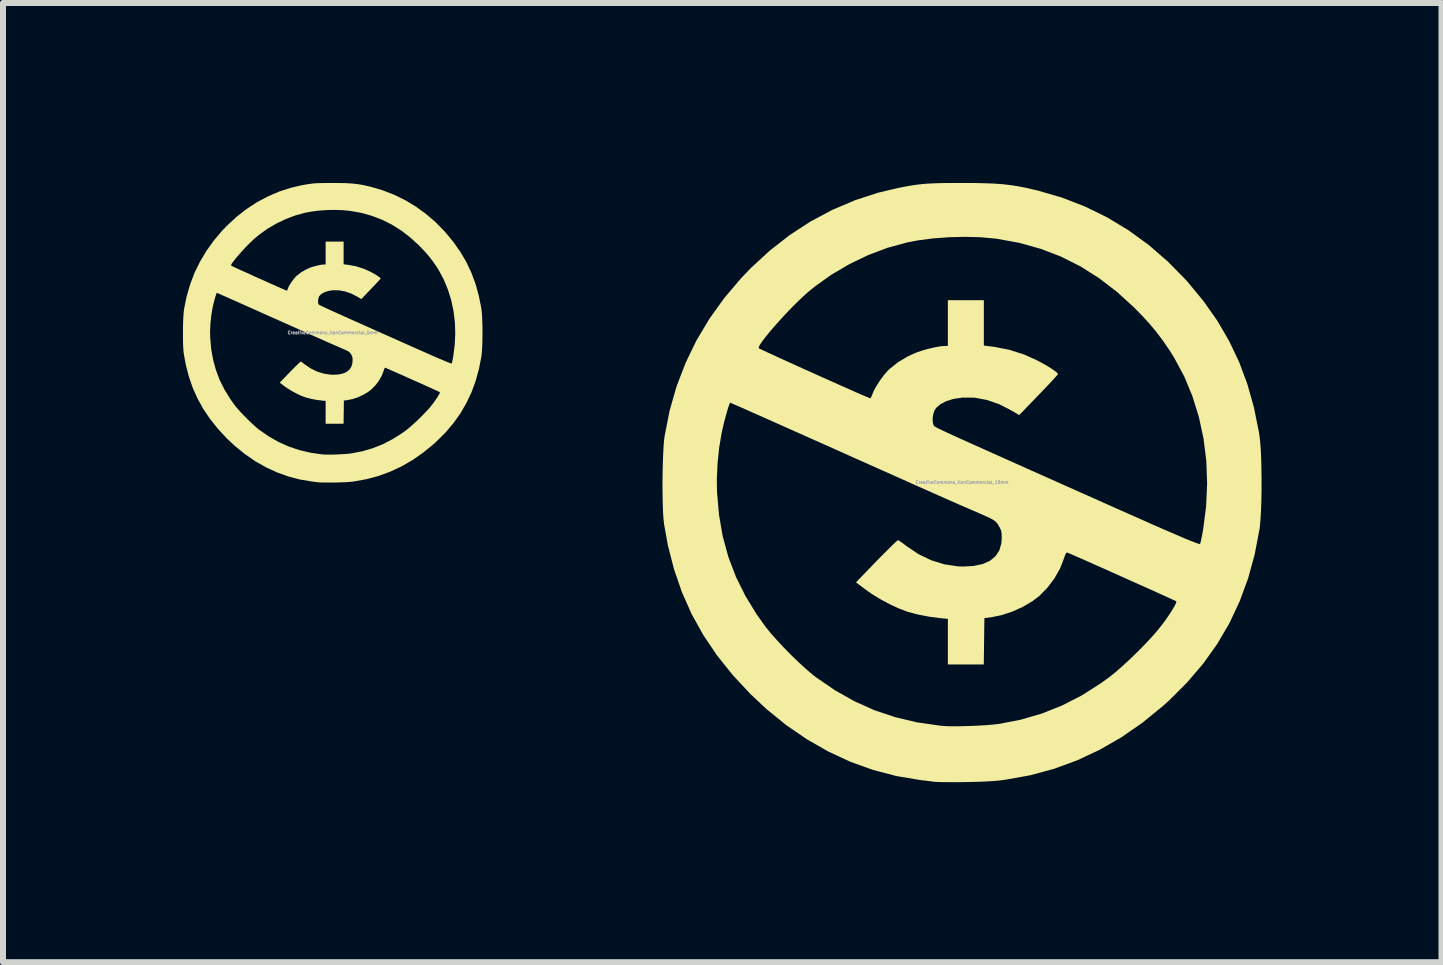
<source format=kicad_pcb>
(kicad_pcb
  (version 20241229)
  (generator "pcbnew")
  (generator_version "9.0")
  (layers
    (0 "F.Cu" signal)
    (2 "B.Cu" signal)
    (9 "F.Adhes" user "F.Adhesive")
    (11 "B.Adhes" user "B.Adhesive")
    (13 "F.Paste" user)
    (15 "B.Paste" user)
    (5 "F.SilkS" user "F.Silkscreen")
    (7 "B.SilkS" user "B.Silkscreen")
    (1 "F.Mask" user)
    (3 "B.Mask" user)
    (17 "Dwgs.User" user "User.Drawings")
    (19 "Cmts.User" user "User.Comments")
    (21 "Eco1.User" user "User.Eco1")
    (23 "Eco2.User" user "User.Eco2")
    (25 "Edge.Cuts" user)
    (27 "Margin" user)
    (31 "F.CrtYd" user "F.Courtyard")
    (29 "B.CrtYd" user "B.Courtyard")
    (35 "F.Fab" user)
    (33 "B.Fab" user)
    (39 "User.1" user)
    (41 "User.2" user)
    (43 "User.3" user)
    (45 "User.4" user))
  (footprint "CreativeCommons_NonCommercial_5mm"
    (layer "F.Cu")
    (at 2.496 2.495)
    (property "Reference" "CreativeCommons_NonCommercial_5mm" (at 0 0 0) (layer "F.Fab") (effects (font (size 0.05 0.05) (thickness 0.013))))
    (attr board_only exclude_from_pos_files exclude_from_bom)
    (fp_poly (pts (xy 0.111 -2.494) (xy 0.198 -2.493) (xy 0.274 -2.489) (xy 0.342 -2.484) (xy 0.405 -2.477) (xy 0.467 -2.468) (xy 0.531 -2.455) (xy 0.601 -2.439) (xy 0.635 -2.431) (xy 0.833 -2.373) (xy 1.026 -2.298) (xy 1.211 -2.207) (xy 1.388 -2.1) (xy 1.556 -1.978) (xy 1.716 -1.84) (xy 1.865 -1.688) (xy 1.881 -1.67) (xy 2.013 -1.51) (xy 2.128 -1.346) (xy 2.227 -1.178) (xy 2.31 -1.002) (xy 2.379 -0.818) (xy 2.433 -0.624) (xy 2.475 -0.419) (xy 2.479 -0.391) (xy 2.485 -0.34) (xy 2.49 -0.275) (xy 2.493 -0.198) (xy 2.496 -0.113) (xy 2.497 -0.024) (xy 2.496 0.066) (xy 2.495 0.153) (xy 2.492 0.234) (xy 2.488 0.306) (xy 2.483 0.365) (xy 2.48 0.389) (xy 2.439 0.6) (xy 2.384 0.801) (xy 2.315 0.991) (xy 2.229 1.172) (xy 2.129 1.345) (xy 2.012 1.509) (xy 1.879 1.666) (xy 1.729 1.815) (xy 1.675 1.864) (xy 1.504 2.003) (xy 1.328 2.125) (xy 1.147 2.23) (xy 0.96 2.317) (xy 0.767 2.388) (xy 0.567 2.442) (xy 0.36 2.479) (xy 0.304 2.486) (xy 0.265 2.49) (xy 0.214 2.493) (xy 0.153 2.495) (xy 0.086 2.497) (xy 0.017 2.499) (xy -0.05 2.499) (xy -0.114 2.499) (xy -0.17 2.498) (xy -0.214 2.497) (xy -0.244 2.494) (xy -0.245 2.494) (xy -0.265 2.492) (xy -0.296 2.488) (xy -0.334 2.483) (xy -0.35 2.481) (xy -0.547 2.448) (xy -0.741 2.397) (xy -0.929 2.329) (xy -1.113 2.244) (xy -1.292 2.143) (xy -1.464 2.024) (xy -1.629 1.89) (xy -1.764 1.764) (xy -1.912 1.605) (xy -2.042 1.442) (xy -2.156 1.274) (xy -2.253 1.099) (xy -2.334 0.917) (xy -2.4 0.726) (xy -2.451 0.525) (xy -2.483 0.35) (xy -2.488 0.304) (xy -2.492 0.244) (xy -2.495 0.172) (xy -2.496 0.092) (xy -2.496 0.008) (xy -2.496 -0.028) (xy -2.044 -0.028) (xy -2.042 0.08) (xy -2.026 0.27) (xy -1.994 0.45) (xy -1.947 0.622) (xy -1.885 0.787) (xy -1.805 0.948) (xy -1.708 1.105) (xy -1.637 1.205) (xy -1.596 1.256) (xy -1.544 1.315) (xy -1.484 1.378) (xy -1.421 1.442) (xy -1.358 1.503) (xy -1.297 1.559) (xy -1.242 1.606) (xy -1.217 1.625) (xy -1.059 1.734) (xy -0.897 1.825) (xy -0.731 1.899) (xy -0.558 1.957) (xy -0.377 2) (xy -0.187 2.028) (xy -0.155 2.031) (xy -0.114 2.033) (xy -0.061 2.033) (xy 0.003 2.033) (xy 0.071 2.03) (xy 0.14 2.027) (xy 0.206 2.023) (xy 0.264 2.019) (xy 0.309 2.013) (xy 0.309 2.013) (xy 0.491 1.978) (xy 0.666 1.927) (xy 0.835 1.86) (xy 0.999 1.775) (xy 1.159 1.674) (xy 1.225 1.626) (xy 1.278 1.583) (xy 1.338 1.53) (xy 1.403 1.471) (xy 1.469 1.407) (xy 1.531 1.344) (xy 1.587 1.284) (xy 1.633 1.231) (xy 1.635 1.227) (xy 1.672 1.181) (xy 1.706 1.134) (xy 1.735 1.091) (xy 1.76 1.052) (xy 1.777 1.021) (xy 1.786 1) (xy 1.785 0.991) (xy 1.776 0.987) (xy 1.752 0.976) (xy 1.716 0.959) (xy 1.668 0.937) (xy 1.611 0.912) (xy 1.547 0.883) (xy 1.477 0.851) (xy 1.403 0.818) (xy 1.328 0.785) (xy 1.252 0.751) (xy 1.179 0.718) (xy 1.109 0.687) (xy 1.045 0.659) (xy 0.988 0.634) (xy 0.941 0.613) (xy 0.905 0.597) (xy 0.882 0.587) (xy 0.876 0.585) (xy 0.867 0.59) (xy 0.857 0.611) (xy 0.85 0.633) (xy 0.818 0.717) (xy 0.771 0.8) (xy 0.712 0.878) (xy 0.645 0.946) (xy 0.59 0.989) (xy 0.508 1.037) (xy 0.419 1.078) (xy 0.328 1.108) (xy 0.242 1.125) (xy 0.241 1.125) (xy 0.186 1.132) (xy 0.184 1.325) (xy 0.181 1.518) (xy -0.118 1.518) (xy -0.118 1.138) (xy -0.18 1.132) (xy -0.274 1.12) (xy -0.366 1.102) (xy -0.449 1.08) (xy -0.461 1.076) (xy -0.528 1.051) (xy -0.604 1.015) (xy -0.68 0.974) (xy -0.753 0.929) (xy -0.804 0.894) (xy -0.883 0.834) (xy -0.826 0.774) (xy -0.77 0.716) (xy -0.717 0.661) (xy -0.668 0.611) (xy -0.624 0.567) (xy -0.587 0.531) (xy -0.559 0.504) (xy -0.541 0.487) (xy -0.534 0.482) (xy -0.523 0.487) (xy -0.503 0.501) (xy -0.475 0.522) (xy -0.462 0.532) (xy -0.364 0.598) (xy -0.259 0.649) (xy -0.149 0.683) (xy -0.037 0.7) (xy 0.009 0.702) (xy 0.098 0.697) (xy 0.172 0.681) (xy 0.233 0.654) (xy 0.279 0.616) (xy 0.311 0.568) (xy 0.328 0.509) (xy 0.331 0.467) (xy 0.331 0.43) (xy 0.326 0.404) (xy 0.317 0.38) (xy 0.305 0.359) (xy 0.295 0.345) (xy 0.285 0.332) (xy 0.273 0.321) (xy 0.255 0.31) (xy 0.231 0.297) (xy 0.196 0.281) (xy 0.148 0.26) (xy 0.105 0.241) (xy 0.074 0.228) (xy 0.044 0.215) (xy 0.012 0.201) (xy -0.02 0.187) (xy -0.056 0.171) (xy -0.095 0.154) (xy -0.139 0.134) (xy -0.189 0.112) (xy -0.245 0.087) (xy -0.309 0.059) (xy -0.381 0.027) (xy -0.463 -0.01) (xy -0.556 -0.051) (xy -0.66 -0.098) (xy -0.777 -0.15) (xy -0.907 -0.208) (xy -1.052 -0.272) (xy -1.212 -0.344) (xy -1.239 -0.356) (xy -1.344 -0.403) (xy -1.445 -0.448) (xy -1.539 -0.49) (xy -1.627 -0.529) (xy -1.705 -0.564) (xy -1.774 -0.595) (xy -1.832 -0.62) (xy -1.878 -0.641) (xy -1.911 -0.655) (xy -1.928 -0.662) (xy -1.932 -0.664) (xy -1.937 -0.655) (xy -1.945 -0.632) (xy -1.956 -0.598) (xy -1.968 -0.556) (xy -1.981 -0.509) (xy -1.992 -0.461) (xy -2.003 -0.414) (xy -2.004 -0.406) (xy -2.024 -0.285) (xy -2.038 -0.156) (xy -2.044 -0.028) (xy -2.496 -0.028) (xy -2.496 -0.077) (xy -2.494 -0.161) (xy -2.491 -0.238) (xy -2.487 -0.306) (xy -2.482 -0.362) (xy -2.479 -0.386) (xy -2.437 -0.596) (xy -2.379 -0.798) (xy -2.305 -0.994) (xy -2.241 -1.125) (xy -1.694 -1.125) (xy -1.694 -1.118) (xy -1.684 -1.113) (xy -1.66 -1.101) (xy -1.623 -1.084) (xy -1.575 -1.061) (xy -1.517 -1.035) (xy -1.452 -1.006) (xy -1.382 -0.974) (xy -1.308 -0.94) (xy -1.232 -0.906) (xy -1.155 -0.872) (xy -1.081 -0.838) (xy -1.01 -0.807) (xy -0.945 -0.778) (xy -0.887 -0.752) (xy -0.838 -0.731) (xy -0.8 -0.714) (xy -0.775 -0.704) (xy -0.765 -0.7) (xy -0.765 -0.7) (xy -0.758 -0.708) (xy -0.749 -0.727) (xy -0.747 -0.736) (xy -0.733 -0.769) (xy -0.709 -0.81) (xy -0.68 -0.854) (xy -0.648 -0.896) (xy -0.617 -0.932) (xy -0.605 -0.944) (xy -0.532 -1.002) (xy -0.448 -1.051) (xy -0.383 -1.081) (xy -0.335 -1.097) (xy -0.282 -1.112) (xy -0.229 -1.125) (xy -0.181 -1.133) (xy -0.146 -1.136) (xy -0.118 -1.136) (xy -0.118 -1.518) (xy 0.182 -1.518) (xy 0.182 -1.14) (xy 0.266 -1.129) (xy 0.393 -1.105) (xy 0.518 -1.065) (xy 0.614 -1.022) (xy 0.662 -0.997) (xy 0.708 -0.971) (xy 0.747 -0.947) (xy 0.777 -0.926) (xy 0.795 -0.91) (xy 0.8 -0.902) (xy 0.794 -0.894) (xy 0.777 -0.875) (xy 0.75 -0.846) (xy 0.716 -0.81) (xy 0.676 -0.768) (xy 0.638 -0.728) (xy 0.477 -0.56) (xy 0.413 -0.598) (xy 0.31 -0.651) (xy 0.207 -0.687) (xy 0.106 -0.705) (xy 0.006 -0.707) (xy -0.072 -0.695) (xy -0.131 -0.676) (xy -0.18 -0.651) (xy -0.215 -0.62) (xy -0.23 -0.598) (xy -0.24 -0.566) (xy -0.245 -0.53) (xy -0.243 -0.497) (xy -0.235 -0.473) (xy -0.234 -0.471) (xy -0.232 -0.468) (xy -0.227 -0.465) (xy -0.22 -0.461) (xy -0.209 -0.455) (xy -0.194 -0.448) (xy -0.174 -0.438) (xy -0.148 -0.426) (xy -0.116 -0.411) (xy -0.077 -0.393) (xy -0.03 -0.371) (xy 0.026 -0.346) (xy 0.091 -0.317) (xy 0.166 -0.283) (xy 0.252 -0.244) (xy 0.35 -0.2) (xy 0.46 -0.151) (xy 0.583 -0.096) (xy 0.719 -0.035) (xy 0.87 0.032) (xy 1.037 0.106) (xy 1.205 0.181) (xy 1.343 0.243) (xy 1.466 0.297) (xy 1.574 0.345) (xy 1.667 0.386) (xy 1.747 0.421) (xy 1.814 0.449) (xy 1.868 0.472) (xy 1.911 0.49) (xy 1.944 0.503) (xy 1.966 0.511) (xy 1.98 0.514) (xy 1.984 0.514) (xy 1.988 0.5) (xy 1.994 0.473) (xy 2.002 0.436) (xy 2.009 0.394) (xy 2.034 0.201) (xy 2.043 0.01) (xy 2.036 -0.179) (xy 2.013 -0.364) (xy 1.975 -0.543) (xy 1.921 -0.716) (xy 1.853 -0.881) (xy 1.77 -1.037) (xy 1.73 -1.1) (xy 1.674 -1.182) (xy 1.619 -1.255) (xy 1.561 -1.324) (xy 1.495 -1.395) (xy 1.437 -1.455) (xy 1.292 -1.587) (xy 1.143 -1.702) (xy 0.987 -1.8) (xy 0.825 -1.881) (xy 0.656 -1.946) (xy 0.479 -1.996) (xy 0.293 -2.029) (xy 0.278 -2.031) (xy 0.159 -2.042) (xy 0.029 -2.046) (xy -0.107 -2.043) (xy -0.241 -2.033) (xy -0.368 -2.016) (xy -0.458 -1.999) (xy -0.62 -1.955) (xy -0.781 -1.894) (xy -0.938 -1.819) (xy -1.088 -1.731) (xy -1.228 -1.631) (xy -1.279 -1.589) (xy -1.322 -1.551) (xy -1.368 -1.507) (xy -1.417 -1.459) (xy -1.466 -1.408) (xy -1.514 -1.356) (xy -1.559 -1.305) (xy -1.601 -1.257) (xy -1.636 -1.213) (xy -1.665 -1.175) (xy -1.685 -1.146) (xy -1.694 -1.125) (xy -2.241 -1.125) (xy -2.213 -1.182) (xy -2.105 -1.363) (xy -1.981 -1.536) (xy -1.841 -1.702) (xy -1.759 -1.786) (xy -1.602 -1.932) (xy -1.436 -2.061) (xy -1.263 -2.174) (xy -1.082 -2.27) (xy -0.894 -2.351) (xy -0.699 -2.414) (xy -0.532 -2.454) (xy -0.472 -2.465) (xy -0.42 -2.474) (xy -0.37 -2.481) (xy -0.321 -2.487) (xy -0.269 -2.491) (xy -0.21 -2.493) (xy -0.142 -2.494) (xy -0.062 -2.495) (xy 0.009 -2.495)) (stroke (width 0) (type solid)) (fill yes) (layer "F.SilkS")))
  (footprint "CreativeCommons_NonCommercial_10mm"
    (layer "F.Cu")
    (at 12.986 4.99)
    (property "Reference" "CreativeCommons_NonCommercial_10mm" (at 0 0 0) (layer "F.Fab") (effects (font (size 0.05 0.05) (thickness 0.013))))
    (attr board_only exclude_from_pos_files exclude_from_bom)
    (fp_poly (pts (xy 0.222 -4.989) (xy 0.396 -4.985) (xy 0.548 -4.979) (xy 0.683 -4.969) (xy 0.81 -4.954) (xy 0.934 -4.935) (xy 1.062 -4.91) (xy 1.202 -4.878) (xy 1.269 -4.862) (xy 1.667 -4.746) (xy 2.051 -4.597) (xy 2.422 -4.415) (xy 2.776 -4.201) (xy 3.113 -3.956) (xy 3.431 -3.68) (xy 3.73 -3.376) (xy 3.762 -3.34) (xy 4.026 -3.02) (xy 4.256 -2.693) (xy 4.453 -2.355) (xy 4.62 -2.004) (xy 4.757 -1.636) (xy 4.866 -1.249) (xy 4.949 -0.838) (xy 4.958 -0.782) (xy 4.97 -0.68) (xy 4.98 -0.549) (xy 4.987 -0.396) (xy 4.991 -0.226) (xy 4.993 -0.049) (xy 4.993 0.131) (xy 4.99 0.306) (xy 4.984 0.468) (xy 4.976 0.612) (xy 4.966 0.73) (xy 4.96 0.777) (xy 4.879 1.2) (xy 4.769 1.601) (xy 4.629 1.982) (xy 4.459 2.345) (xy 4.257 2.69) (xy 4.024 3.018) (xy 3.757 3.331) (xy 3.458 3.63) (xy 3.349 3.729) (xy 3.008 4.007) (xy 2.657 4.25) (xy 2.294 4.459) (xy 1.92 4.634) (xy 1.533 4.776) (xy 1.133 4.884) (xy 0.719 4.958) (xy 0.608 4.972) (xy 0.53 4.979) (xy 0.427 4.985) (xy 0.306 4.991) (xy 0.173 4.994) (xy 0.035 4.997) (xy -0.101 4.999) (xy -0.228 4.998) (xy -0.339 4.997) (xy -0.428 4.994) (xy -0.488 4.989) (xy -0.491 4.988) (xy -0.529 4.983) (xy -0.592 4.975) (xy -0.669 4.966) (xy -0.7 4.962) (xy -1.094 4.896) (xy -1.481 4.795) (xy -1.859 4.659) (xy -2.226 4.489) (xy -2.583 4.285) (xy -2.928 4.049) (xy -3.259 3.78) (xy -3.528 3.528) (xy -3.823 3.211) (xy -4.084 2.885) (xy -4.311 2.548) (xy -4.506 2.198) (xy -4.668 1.833) (xy -4.8 1.451) (xy -4.903 1.051) (xy -4.966 0.7) (xy -4.976 0.609) (xy -4.984 0.488) (xy -4.989 0.344) (xy -4.992 0.185) (xy -4.993 0.016) (xy -4.992 -0.056) (xy -4.087 -0.056) (xy -4.084 0.161) (xy -4.051 0.54) (xy -3.989 0.9) (xy -3.895 1.243) (xy -3.769 1.574) (xy -3.61 1.895) (xy -3.417 2.21) (xy -3.274 2.409) (xy -3.191 2.512) (xy -3.087 2.629) (xy -2.969 2.756) (xy -2.843 2.884) (xy -2.715 3.007) (xy -2.593 3.118) (xy -2.484 3.211) (xy -2.433 3.25) (xy -2.117 3.467) (xy -1.794 3.649) (xy -1.462 3.798) (xy -1.116 3.914) (xy -0.755 4) (xy -0.374 4.055) (xy -0.309 4.061) (xy -0.229 4.066) (xy -0.121 4.067) (xy 0.006 4.065) (xy 0.142 4.061) (xy 0.281 4.055) (xy 0.412 4.047) (xy 0.527 4.037) (xy 0.618 4.027) (xy 0.618 4.027) (xy 0.983 3.956) (xy 1.332 3.854) (xy 1.67 3.719) (xy 1.998 3.551) (xy 2.318 3.347) (xy 2.45 3.251) (xy 2.556 3.167) (xy 2.677 3.061) (xy 2.807 2.941) (xy 2.937 2.814) (xy 3.062 2.687) (xy 3.174 2.567) (xy 3.265 2.461) (xy 3.271 2.454) (xy 3.344 2.361) (xy 3.411 2.269) (xy 3.471 2.181) (xy 3.519 2.104) (xy 3.554 2.042) (xy 3.571 2) (xy 3.571 1.983) (xy 3.553 1.974) (xy 3.505 1.952) (xy 3.431 1.918) (xy 3.336 1.875) (xy 3.222 1.823) (xy 3.093 1.765) (xy 2.953 1.703) (xy 2.806 1.637) (xy 2.655 1.569) (xy 2.505 1.502) (xy 2.358 1.436) (xy 2.218 1.374) (xy 2.09 1.317) (xy 1.977 1.267) (xy 1.882 1.226) (xy 1.81 1.194) (xy 1.763 1.174) (xy 1.752 1.169) (xy 1.735 1.181) (xy 1.715 1.222) (xy 1.7 1.267) (xy 1.635 1.435) (xy 1.541 1.601) (xy 1.424 1.756) (xy 1.291 1.892) (xy 1.179 1.978) (xy 1.016 2.075) (xy 0.837 2.156) (xy 0.656 2.215) (xy 0.483 2.25) (xy 0.482 2.25) (xy 0.373 2.264) (xy 0.363 3.036) (xy -0.236 3.036) (xy -0.236 2.276) (xy -0.359 2.264) (xy -0.547 2.24) (xy -0.732 2.204) (xy -0.898 2.161) (xy -0.921 2.153) (xy -1.057 2.101) (xy -1.207 2.031) (xy -1.361 1.948) (xy -1.506 1.859) (xy -1.608 1.787) (xy -1.767 1.668) (xy -1.652 1.548) (xy -1.54 1.432) (xy -1.434 1.322) (xy -1.336 1.222) (xy -1.248 1.134) (xy -1.175 1.062) (xy -1.118 1.007) (xy -1.081 0.974) (xy -1.067 0.964) (xy -1.047 0.974) (xy -1.006 1.002) (xy -0.951 1.043) (xy -0.924 1.064) (xy -0.727 1.196) (xy -0.517 1.298) (xy -0.299 1.366) (xy -0.075 1.4) (xy 0.018 1.404) (xy 0.195 1.394) (xy 0.345 1.362) (xy 0.466 1.308) (xy 0.558 1.232) (xy 0.622 1.135) (xy 0.656 1.017) (xy 0.662 0.935) (xy 0.661 0.861) (xy 0.653 0.808) (xy 0.633 0.761) (xy 0.609 0.719) (xy 0.59 0.689) (xy 0.57 0.665) (xy 0.546 0.643) (xy 0.511 0.62) (xy 0.461 0.594) (xy 0.391 0.562) (xy 0.297 0.52) (xy 0.209 0.482) (xy 0.148 0.456) (xy 0.087 0.429) (xy 0.025 0.402) (xy -0.041 0.374) (xy -0.112 0.342) (xy -0.19 0.308) (xy -0.278 0.269) (xy -0.377 0.225) (xy -0.49 0.175) (xy -0.618 0.118) (xy -0.763 0.054) (xy -0.927 -0.02) (xy -1.112 -0.102) (xy -1.32 -0.195) (xy -1.553 -0.299) (xy -1.814 -0.415) (xy -2.103 -0.545) (xy -2.423 -0.688) (xy -2.478 -0.712) (xy -2.688 -0.806) (xy -2.89 -0.896) (xy -3.079 -0.98) (xy -3.253 -1.058) (xy -3.411 -1.128) (xy -3.549 -1.189) (xy -3.665 -1.241) (xy -3.757 -1.281) (xy -3.821 -1.309) (xy -3.857 -1.325) (xy -3.863 -1.327) (xy -3.874 -1.311) (xy -3.891 -1.265) (xy -3.912 -1.197) (xy -3.936 -1.112) (xy -3.961 -1.019) (xy -3.985 -0.922) (xy -4.005 -0.828) (xy -4.009 -0.812) (xy -4.049 -0.57) (xy -4.075 -0.312) (xy -4.087 -0.056) (xy -4.992 -0.056) (xy -4.991 -0.155) (xy -4.987 -0.321) (xy -4.981 -0.476) (xy -4.974 -0.613) (xy -4.964 -0.725) (xy -4.957 -0.773) (xy -4.875 -1.191) (xy -4.759 -1.597) (xy -4.609 -1.988) (xy -4.482 -2.251) (xy -3.389 -2.251) (xy -3.388 -2.235) (xy -3.369 -2.225) (xy -3.32 -2.202) (xy -3.246 -2.167) (xy -3.149 -2.123) (xy -3.034 -2.07) (xy -2.905 -2.011) (xy -2.764 -1.947) (xy -2.615 -1.88) (xy -2.463 -1.812) (xy -2.311 -1.743) (xy -2.162 -1.677) (xy -2.021 -1.614) (xy -1.89 -1.556) (xy -1.774 -1.504) (xy -1.677 -1.462) (xy -1.601 -1.429) (xy -1.551 -1.408) (xy -1.53 -1.4) (xy -1.53 -1.4) (xy -1.516 -1.416) (xy -1.499 -1.455) (xy -1.493 -1.472) (xy -1.465 -1.538) (xy -1.419 -1.619) (xy -1.36 -1.708) (xy -1.297 -1.793) (xy -1.234 -1.864) (xy -1.21 -1.888) (xy -1.064 -2.004) (xy -0.897 -2.103) (xy -0.766 -2.161) (xy -0.67 -2.195) (xy -0.563 -2.225) (xy -0.457 -2.25) (xy -0.363 -2.267) (xy -0.292 -2.273) (xy -0.236 -2.273) (xy -0.236 -3.036) (xy 0.364 -3.036) (xy 0.364 -2.28) (xy 0.532 -2.259) (xy 0.787 -2.21) (xy 1.036 -2.13) (xy 1.227 -2.045) (xy 1.325 -1.994) (xy 1.416 -1.943) (xy 1.494 -1.894) (xy 1.554 -1.852) (xy 1.591 -1.82) (xy 1.6 -1.804) (xy 1.588 -1.788) (xy 1.554 -1.75) (xy 1.501 -1.692) (xy 1.433 -1.619) (xy 1.353 -1.535) (xy 1.277 -1.456) (xy 0.954 -1.121) (xy 0.826 -1.196) (xy 0.621 -1.302) (xy 0.415 -1.373) (xy 0.211 -1.411) (xy 0.012 -1.413) (xy -0.144 -1.39) (xy -0.263 -1.353) (xy -0.36 -1.302) (xy -0.431 -1.24) (xy -0.46 -1.195) (xy -0.481 -1.131) (xy -0.49 -1.06) (xy -0.486 -0.993) (xy -0.471 -0.945) (xy -0.468 -0.942) (xy -0.463 -0.937) (xy -0.454 -0.931) (xy -0.44 -0.922) (xy -0.418 -0.91) (xy -0.388 -0.895) (xy -0.348 -0.876) (xy -0.297 -0.851) (xy -0.233 -0.822) (xy -0.154 -0.785) (xy -0.06 -0.742) (xy 0.052 -0.692) (xy 0.182 -0.633) (xy 0.333 -0.566) (xy 0.505 -0.488) (xy 0.7 -0.401) (xy 0.92 -0.303) (xy 1.165 -0.193) (xy 1.439 -0.071) (xy 1.741 0.064) (xy 2.074 0.212) (xy 2.409 0.362) (xy 2.686 0.485) (xy 2.932 0.594) (xy 3.147 0.69) (xy 3.334 0.772) (xy 3.494 0.841) (xy 3.627 0.898) (xy 3.736 0.945) (xy 3.823 0.98) (xy 3.888 1.005) (xy 3.933 1.021) (xy 3.959 1.028) (xy 3.968 1.027) (xy 3.977 1) (xy 3.989 0.946) (xy 4.004 0.872) (xy 4.019 0.788) (xy 4.069 0.402) (xy 4.086 0.02) (xy 4.072 -0.358) (xy 4.026 -0.728) (xy 3.949 -1.087) (xy 3.842 -1.432) (xy 3.706 -1.762) (xy 3.539 -2.073) (xy 3.46 -2.2) (xy 3.347 -2.364) (xy 3.237 -2.51) (xy 3.121 -2.649) (xy 2.991 -2.79) (xy 2.874 -2.909) (xy 2.585 -3.173) (xy 2.285 -3.403) (xy 1.975 -3.599) (xy 1.651 -3.762) (xy 1.313 -3.892) (xy 0.958 -3.991) (xy 0.587 -4.059) (xy 0.557 -4.063) (xy 0.318 -4.085) (xy 0.057 -4.092) (xy -0.213 -4.086) (xy -0.481 -4.066) (xy -0.736 -4.033) (xy -0.917 -3.998) (xy -1.24 -3.91) (xy -1.562 -3.789) (xy -1.876 -3.638) (xy -2.176 -3.462) (xy -2.455 -3.263) (xy -2.558 -3.179) (xy -2.643 -3.103) (xy -2.736 -3.015) (xy -2.833 -2.918) (xy -2.931 -2.816) (xy -3.027 -2.712) (xy -3.118 -2.611) (xy -3.201 -2.514) (xy -3.273 -2.426) (xy -3.33 -2.351) (xy -3.37 -2.291) (xy -3.389 -2.251) (xy -4.482 -2.251) (xy -4.427 -2.364) (xy -4.211 -2.726) (xy -3.962 -3.073) (xy -3.681 -3.404) (xy -3.519 -3.573) (xy -3.204 -3.863) (xy -2.872 -4.122) (xy -2.525 -4.348) (xy -2.163 -4.541) (xy -1.787 -4.701) (xy -1.398 -4.828) (xy -1.064 -4.907) (xy -0.945 -4.93) (xy -0.839 -4.949) (xy -0.741 -4.963) (xy -0.642 -4.974) (xy -0.537 -4.981) (xy -0.42 -4.986) (xy -0.285 -4.989) (xy -0.124 -4.99) (xy 0.018 -4.99)) (stroke (width 0) (type solid)) (fill yes) (layer "F.SilkS")))
  (gr_rect
    (start -3 -3)
    (end 20.979 12.989)
    (stroke (width 0.1) (type default))
    (fill no)
    (layer "Edge.Cuts")))
</source>
